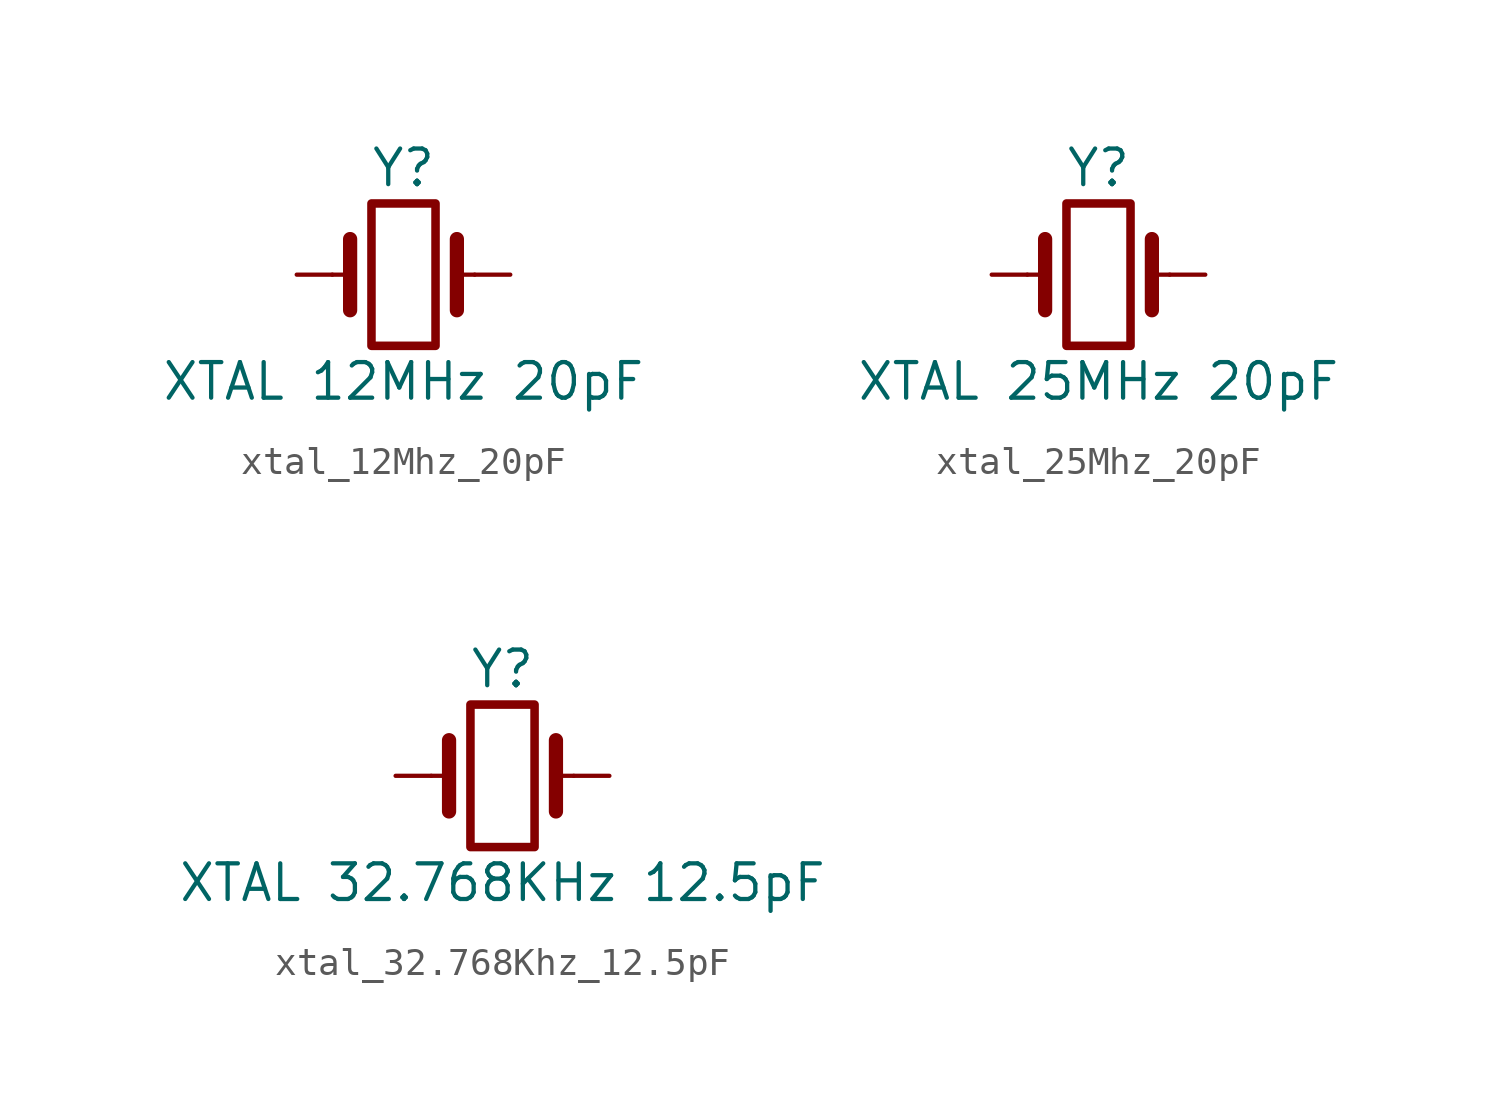
<source format=kicad_sym>
(kicad_symbol_lib
  (version 20241209)
  (generator "kicad_symbol_editor")
  (generator_version "9.0")
  (symbol "xtal_12Mhz_20pF"
    (pin_numbers
      (hide yes))
    (pin_names
      (offset 1.016)
      (hide yes))
    (property "Reference" "Y"
      (at 0 3.81 0)
      (effects (font (size 1.27 1.27))))
    (property "Value" "XTAL 12MHz 20pF"
      (at 0 -3.81 0)
      (effects (font (size 1.27 1.27))))
    (symbol "xtal_12Mhz_20pF_0_1"
      (polyline (pts (xy -2.54 0) (xy -1.905 0)) (stroke (width 0) (type default)) (fill (type none)))
      (polyline (pts (xy -1.905 -1.27) (xy -1.905 1.27)) (stroke (width 0.508) (type default)) (fill (type none)))
      (rectangle (start -1.143 2.54) (end 1.143 -2.54) (stroke (width 0.305) (type default)) (fill (type none)))
      (polyline (pts (xy 1.905 -1.27) (xy 1.905 1.27)) (stroke (width 0.508) (type default)) (fill (type none)))
      (polyline (pts (xy 2.54 0) (xy 1.905 0)) (stroke (width 0) (type default)) (fill (type none))))
    (symbol "xtal_12Mhz_20pF_1_1"
      (pin passive line (at -3.81 0 0) (length 1.27) (name "1" (effects (font (size 1.27 1.27)))) (number "1" (effects (font (size 1.27 1.27)))))
      (pin passive line (at 3.81 0 180) (length 1.27) (name "2" (effects (font (size 1.27 1.27)))) (number "2" (effects (font (size 1.27 1.27)))))))
  (symbol "xtal_25Mhz_20pF"
    (pin_numbers
      (hide yes))
    (pin_names
      (offset 1.016)
      (hide yes))
    (property "Reference" "Y"
      (at 0 3.81 0)
      (effects (font (size 1.27 1.27))))
    (property "Value" "XTAL 25MHz 20pF"
      (at 0 -3.81 0)
      (effects (font (size 1.27 1.27))))
    (symbol "xtal_25Mhz_20pF_0_1"
      (polyline (pts (xy -2.54 0) (xy -1.905 0)) (stroke (width 0) (type default)) (fill (type none)))
      (polyline (pts (xy -1.905 -1.27) (xy -1.905 1.27)) (stroke (width 0.508) (type default)) (fill (type none)))
      (rectangle (start -1.143 2.54) (end 1.143 -2.54) (stroke (width 0.305) (type default)) (fill (type none)))
      (polyline (pts (xy 1.905 -1.27) (xy 1.905 1.27)) (stroke (width 0.508) (type default)) (fill (type none)))
      (polyline (pts (xy 2.54 0) (xy 1.905 0)) (stroke (width 0) (type default)) (fill (type none))))
    (symbol "xtal_25Mhz_20pF_1_1"
      (pin passive line (at -3.81 0 0) (length 1.27) (name "1" (effects (font (size 1.27 1.27)))) (number "1" (effects (font (size 1.27 1.27)))))
      (pin passive line (at 3.81 0 180) (length 1.27) (name "2" (effects (font (size 1.27 1.27)))) (number "2" (effects (font (size 1.27 1.27)))))))
  (symbol "xtal_32.768Khz_12.5pF"
    (pin_numbers
      (hide yes))
    (pin_names
      (offset 1.016)
      (hide yes))
    (property "Reference" "Y"
      (at 0 3.81 0)
      (effects (font (size 1.27 1.27))))
    (property "Value" "XTAL 32.768KHz 12.5pF"
      (at 0 -3.81 0)
      (effects (font (size 1.27 1.27))))
    (symbol "xtal_32.768Khz_12.5pF_0_1"
      (polyline (pts (xy -2.54 0) (xy -1.905 0)) (stroke (width 0) (type default)) (fill (type none)))
      (polyline (pts (xy -1.905 -1.27) (xy -1.905 1.27)) (stroke (width 0.508) (type default)) (fill (type none)))
      (rectangle (start -1.143 2.54) (end 1.143 -2.54) (stroke (width 0.305) (type default)) (fill (type none)))
      (polyline (pts (xy 1.905 -1.27) (xy 1.905 1.27)) (stroke (width 0.508) (type default)) (fill (type none)))
      (polyline (pts (xy 2.54 0) (xy 1.905 0)) (stroke (width 0) (type default)) (fill (type none))))
    (symbol "xtal_32.768Khz_12.5pF_1_1"
      (pin passive line (at -3.81 0 0) (length 1.27) (name "1" (effects (font (size 1.27 1.27)))) (number "1" (effects (font (size 1.27 1.27)))))
      (pin passive line (at 3.81 0 180) (length 1.27) (name "2" (effects (font (size 1.27 1.27)))) (number "2" (effects (font (size 1.27 1.27))))))))
</source>
